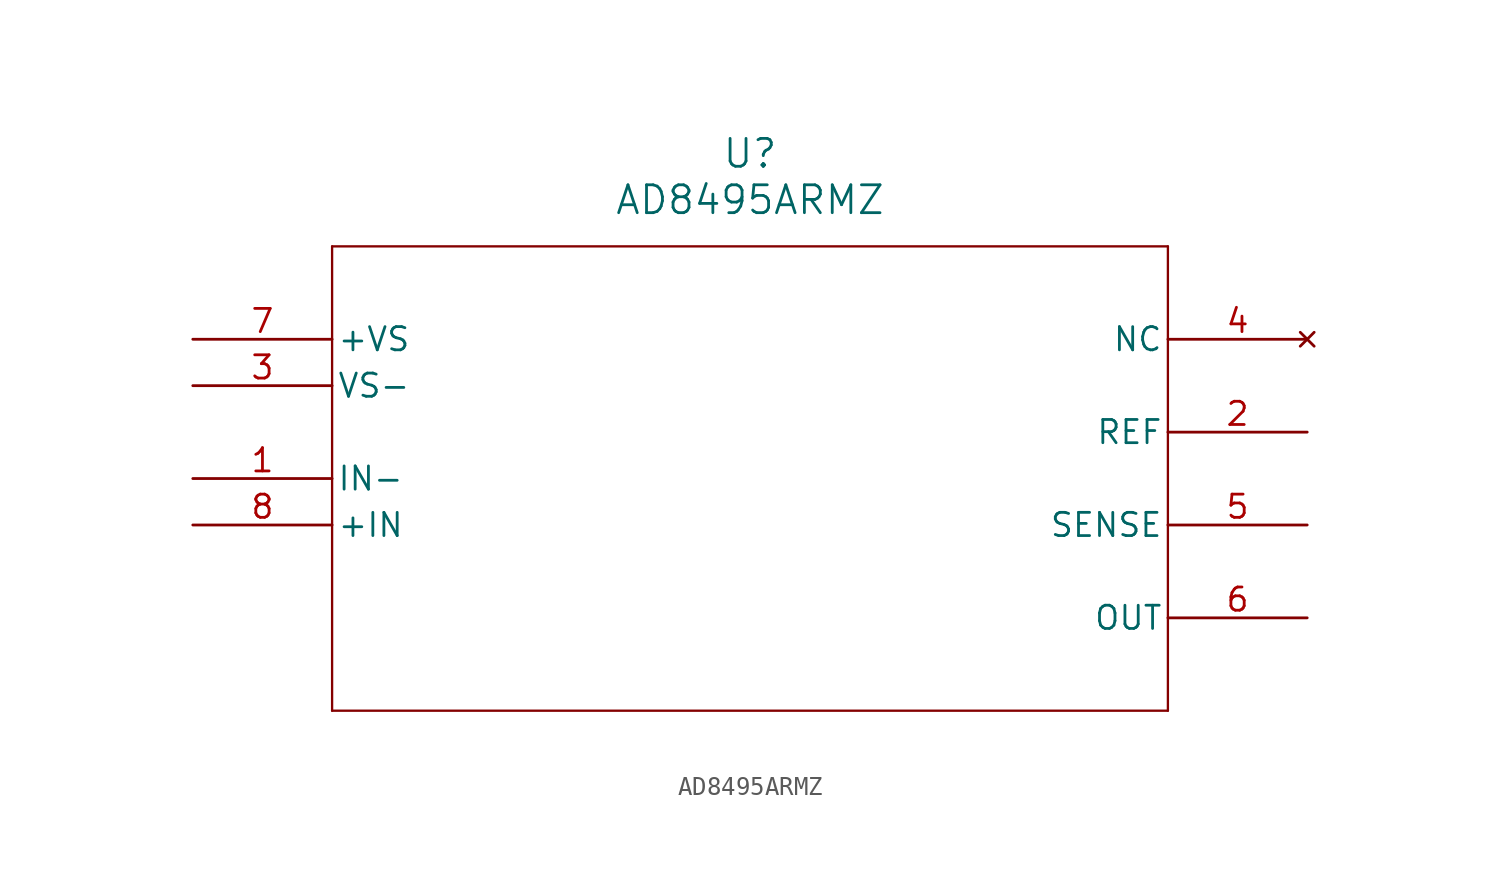
<source format=kicad_sym>
(kicad_symbol_lib
  (version 20211014)
  (generator kicad_symbol_editor)
  (symbol "AD8495ARMZ"
    (pin_names
      (offset 0.254))
    (property "Reference" "U"
      (at 30.48 10.16 0)
      (effects (font (size 1.524 1.524))))
    (property "Value" "AD8495ARMZ"
      (at 30.48 7.62 0)
      (effects (font (size 1.524 1.524))))
    (symbol "AD8495ARMZ_0_1"
      (polyline (pts (xy 7.62 5.08) (xy 7.62 -20.32)) (stroke (width 0.127) (type default) (color 0 0 0 0)) (fill (type none)))
      (polyline (pts (xy 7.62 -20.32) (xy 53.34 -20.32)) (stroke (width 0.127) (type default) (color 0 0 0 0)) (fill (type none)))
      (polyline (pts (xy 53.34 -20.32) (xy 53.34 5.08)) (stroke (width 0.127) (type default) (color 0 0 0 0)) (fill (type none)))
      (polyline (pts (xy 53.34 5.08) (xy 7.62 5.08)) (stroke (width 0.127) (type default) (color 0 0 0 0)) (fill (type none)))
      (pin input line (at 0 -10.16 0) (length 7.62) (name "+IN" (effects (font (size 1.27 1.27)))) (number "8" (effects (font (size 1.27 1.27)))))
      (pin power_in line (at 0 0 0) (length 7.62) (name "+VS" (effects (font (size 1.27 1.27)))) (number "7" (effects (font (size 1.27 1.27)))))
      (pin input line (at 0 -7.62 0) (length 7.62) (name "IN-" (effects (font (size 1.27 1.27)))) (number "1" (effects (font (size 1.27 1.27)))))
      (pin no_connect line (at 60.96 0 180) (length 7.62) (name "NC" (effects (font (size 1.27 1.27)))) (number "4" (effects (font (size 1.27 1.27)))))
      (pin output line (at 60.96 -15.24 180) (length 7.62) (name "OUT" (effects (font (size 1.27 1.27)))) (number "6" (effects (font (size 1.27 1.27)))))
      (pin unspecified line (at 60.96 -5.08 180) (length 7.62) (name "REF" (effects (font (size 1.27 1.27)))) (number "2" (effects (font (size 1.27 1.27)))))
      (pin unspecified line (at 60.96 -10.16 180) (length 7.62) (name "SENSE" (effects (font (size 1.27 1.27)))) (number "5" (effects (font (size 1.27 1.27)))))
      (pin power_in line (at 0 -2.54 0) (length 7.62) (name "VS-" (effects (font (size 1.27 1.27)))) (number "3" (effects (font (size 1.27 1.27))))))))
</source>
